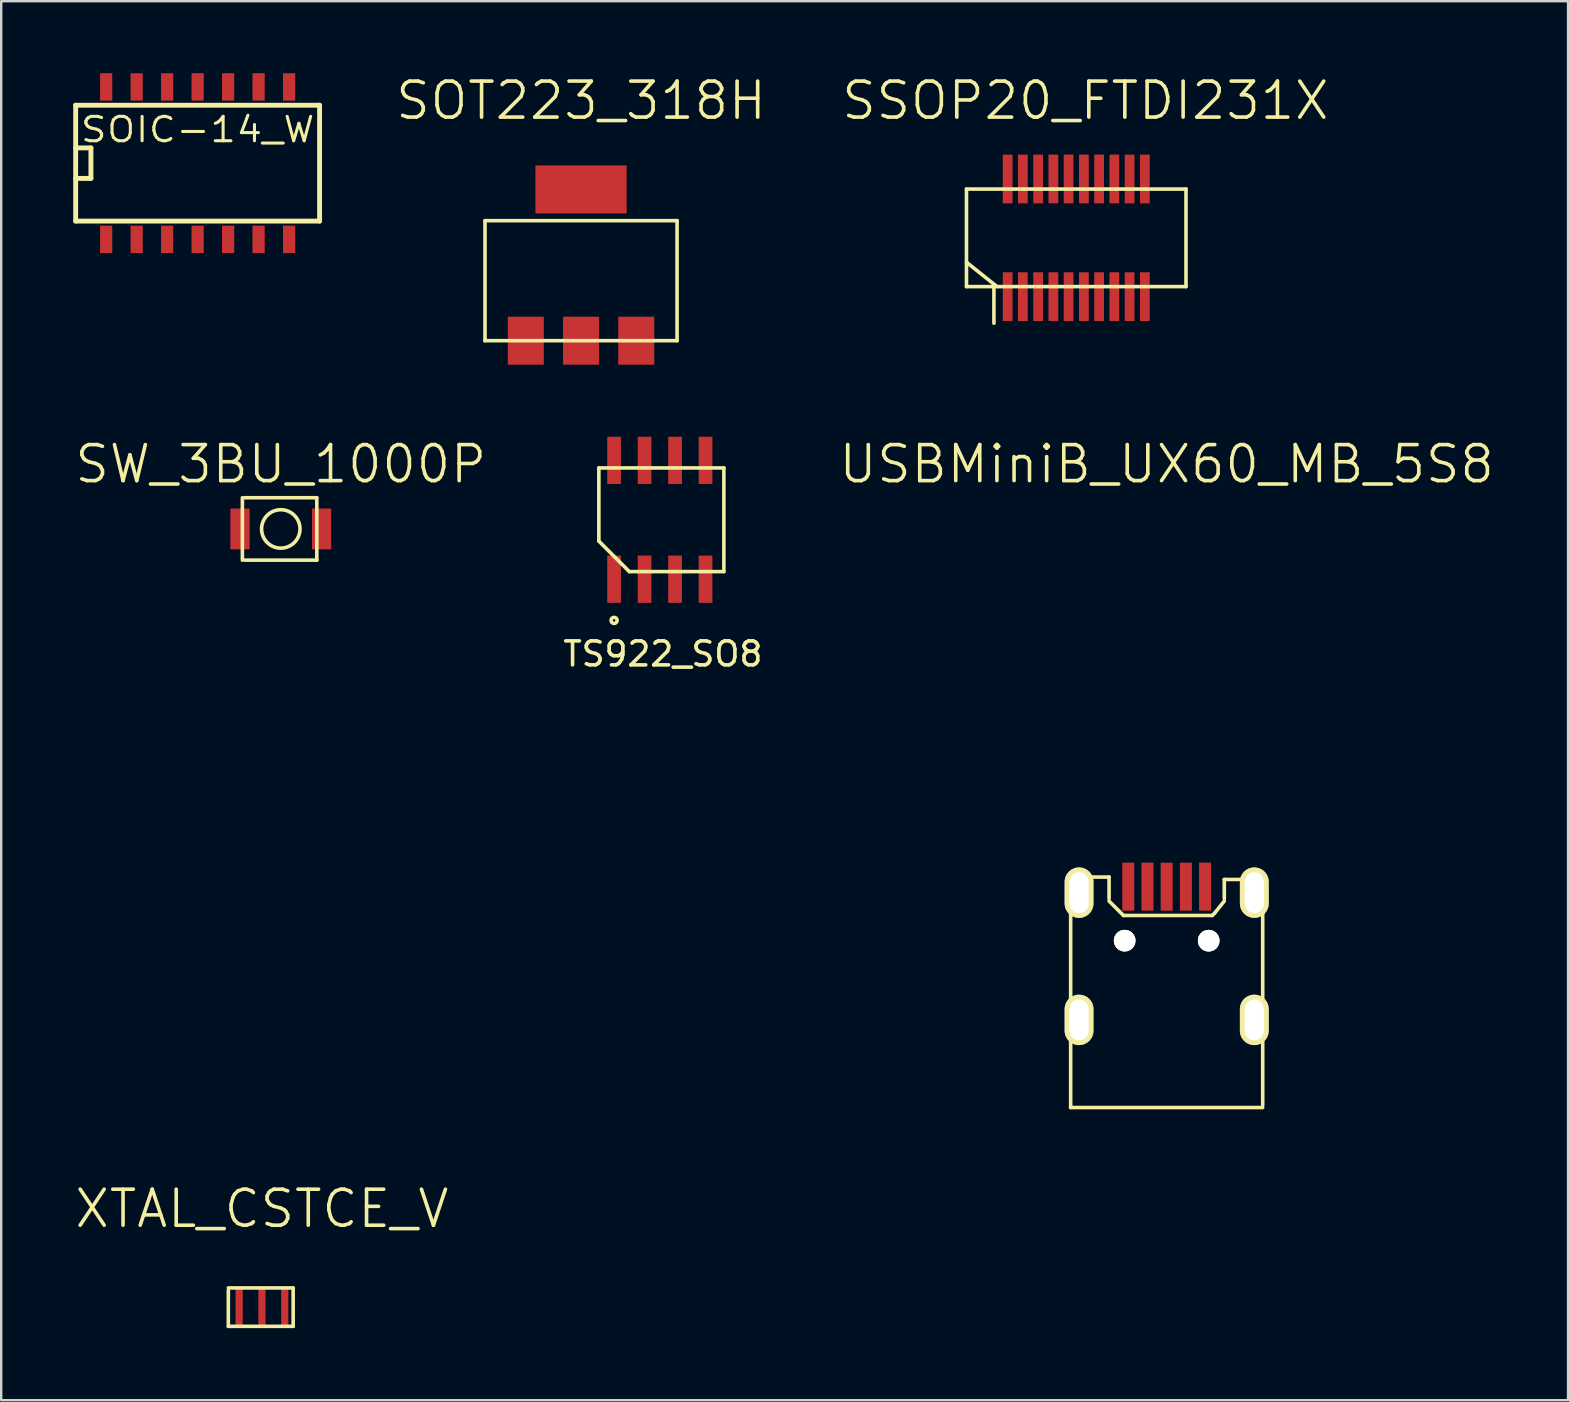
<source format=kicad_pcb>
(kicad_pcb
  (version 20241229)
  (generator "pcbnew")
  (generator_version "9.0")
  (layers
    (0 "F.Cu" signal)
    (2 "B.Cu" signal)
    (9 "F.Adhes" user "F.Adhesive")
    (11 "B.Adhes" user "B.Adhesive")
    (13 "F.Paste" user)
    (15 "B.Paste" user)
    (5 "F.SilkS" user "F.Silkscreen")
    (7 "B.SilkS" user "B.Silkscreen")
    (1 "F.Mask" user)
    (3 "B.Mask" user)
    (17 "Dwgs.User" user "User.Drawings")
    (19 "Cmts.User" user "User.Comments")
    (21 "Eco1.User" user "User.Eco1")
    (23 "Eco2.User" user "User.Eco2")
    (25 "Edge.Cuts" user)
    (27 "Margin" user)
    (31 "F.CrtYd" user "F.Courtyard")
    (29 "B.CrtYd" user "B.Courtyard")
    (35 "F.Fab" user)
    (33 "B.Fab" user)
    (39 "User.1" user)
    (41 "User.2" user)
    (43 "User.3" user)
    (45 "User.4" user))
  (footprint "SW_3BU_1000P"
    (layer "F.Cu")
    (at 8.646 18.982)
    (property "Reference" "SW_3BU_1000P" (at 0 -2.7 0) (layer "F.SilkS") (effects (font (size 1.5 1.5) (thickness 0.15))))
    (attr through_hole)
    (fp_line (start -1.6 -1.3) (end -1.6 1.3) (stroke (width 0.15) (type solid)) (layer "F.SilkS"))
    (fp_line (start -1.5 -1.3) (end 1.5 -1.3) (stroke (width 0.15) (type solid)) (layer "F.SilkS"))
    (fp_line (start 1.5 -1.3) (end 1.5 1.3) (stroke (width 0.15) (type solid)) (layer "F.SilkS"))
    (fp_line (start 1.5 1.3) (end -1.5 1.3) (stroke (width 0.15) (type solid)) (layer "F.SilkS"))
    (fp_circle (center 0 0) (end 0 -0.8) (stroke (width 0.15) (type solid)) (fill no) (layer "F.SilkS"))
    (pad "1" smd rect (at -1.7 0) (size 0.8 1.7) (layers "F.Cu" "F.Mask" "F.Paste"))
    (pad "2" smd rect (at 1.7 0) (size 0.8 1.7) (layers "F.Cu" "F.Mask" "F.Paste")))
  (footprint "USBMiniB_UX60_MB_5S8"
    (layer "F.Cu")
    (at 45.546 34.882)
    (property "Reference" "USBMiniB_UX60_MB_5S8" (at 0 -18.6 0) (layer "F.SilkS") (effects (font (size 1.5 1.5) (thickness 0.15))))
    (attr through_hole)
    (fp_line (start -4 -1.4) (end -4 8.2) (stroke (width 0.15) (type solid)) (layer "F.SilkS"))
    (fp_line (start -4 -1.4) (end -2.4 -1.4) (stroke (width 0.15) (type solid)) (layer "F.SilkS"))
    (fp_line (start -4 8.2) (end 4 8.2) (stroke (width 0.15) (type solid)) (layer "F.SilkS"))
    (fp_line (start -2.4 -1.4) (end -2.4 -0.5) (stroke (width 0.15) (type solid)) (layer "F.SilkS"))
    (fp_line (start -2.4 -0.4) (end -2 0) (stroke (width 0.15) (type solid)) (layer "F.SilkS"))
    (fp_line (start -2 0) (end -1.8 0.2) (stroke (width 0.15) (type solid)) (layer "F.SilkS"))
    (fp_line (start -1.8 0.2) (end 1.9 0.2) (stroke (width 0.15) (type solid)) (layer "F.SilkS"))
    (fp_line (start 1.9 0.2) (end 2 0.1) (stroke (width 0.15) (type solid)) (layer "F.SilkS"))
    (fp_line (start 2.4 -1.3) (end 2.4 -0.5) (stroke (width 0.15) (type solid)) (layer "F.SilkS"))
    (fp_line (start 2.4 -0.4) (end 2 0.1) (stroke (width 0.15) (type solid)) (layer "F.SilkS"))
    (fp_line (start 4 -1.3) (end 2.4 -1.3) (stroke (width 0.15) (type solid)) (layer "F.SilkS"))
    (fp_line (start 4 -1.3) (end 4 8.1) (stroke (width 0.15) (type solid)) (layer "F.SilkS"))
    (pad "1" smd rect (at -1.6 -1) (size 0.5 2) (layers "F.Cu" "F.Mask" "F.Paste"))
    (pad "2" smd rect (at -0.8 -1) (size 0.5 2) (layers "F.Cu" "F.Mask" "F.Paste"))
    (pad "3" smd rect (at 0 -1) (size 0.5 2) (layers "F.Cu" "F.Mask" "F.Paste"))
    (pad "4" smd rect (at 0.8 -1) (size 0.5 2) (layers "F.Cu" "F.Mask" "F.Paste"))
    (pad "5" smd rect (at 1.6 -1) (size 0.5 2) (layers "F.Cu" "F.Mask" "F.Paste"))
    (pad "6" thru_hole oval (at -3.65 -0.75) (size 1.2 2.1) (drill oval 0.8 1.7) (layers "*.Cu" "*.Mask" "F.SilkS"))
    (pad "7" thru_hole oval (at 3.65 -0.75) (size 1.2 2.1) (drill oval 0.8 1.7) (layers "*.Cu" "*.Mask" "F.SilkS"))
    (pad "8" thru_hole oval (at -3.65 4.55) (size 1.2 2.1) (drill oval 0.8 1.7) (layers "*.Cu" "*.Mask" "F.SilkS"))
    (pad "9" thru_hole circle (at -1.75 1.25) (size 0.9 0.9) (drill 0.9) (layers "*.Cu" "*.Mask" "F.SilkS"))
    (pad "9" thru_hole circle (at 1.75 1.25) (size 0.9 0.9) (drill 0.9) (layers "*.Cu" "*.Mask" "F.SilkS"))
    (pad "9" thru_hole oval (at 3.65 4.55) (size 1.2 2.1) (drill oval 0.8 1.7) (layers "*.Cu" "*.Mask" "F.SilkS")))
  (footprint "SOT223_318H"
    (layer "F.Cu")
    (at 21.152 11.141)
    (property "Reference" "SOT223_318H" (at 0 -10 0) (layer "F.SilkS") (effects (font (size 1.5 1.5) (thickness 0.15))))
    (attr through_hole)
    (fp_line (start -4 -5) (end -4 0) (stroke (width 0.15) (type solid)) (layer "F.SilkS"))
    (fp_line (start -4 0) (end 4 0) (stroke (width 0.15) (type solid)) (layer "F.SilkS"))
    (fp_line (start 4 -5) (end -4 -5) (stroke (width 0.15) (type solid)) (layer "F.SilkS"))
    (fp_line (start 4 0) (end 4 -5) (stroke (width 0.15) (type solid)) (layer "F.SilkS"))
    (pad "1" smd rect (at -2.3 0) (size 1.5 2) (layers "F.Cu" "F.Mask" "F.Paste"))
    (pad "2" smd rect (at 0 -6.3) (size 3.8 2) (layers "F.Cu" "F.Mask" "F.Paste"))
    (pad "2" smd rect (at 0 0) (size 1.5 2) (layers "F.Cu" "F.Mask" "F.Paste"))
    (pad "3" smd rect (at 2.3 0) (size 1.5 2) (layers "F.Cu" "F.Mask" "F.Paste")))
  (footprint "XTAL_CSTCE_V"
    (layer "F.Cu")
    (at 7.861 51.397)
    (property "Reference" "XTAL_CSTCE_V" (at 0 -4.1 0) (layer "F.SilkS") (effects (font (size 1.5 1.5) (thickness 0.15))))
    (attr through_hole)
    (fp_line (start -1.4 -0.7) (end -1.4 0.8) (stroke (width 0.15) (type solid)) (layer "F.SilkS"))
    (fp_line (start -1.4 0.8) (end 1.3 0.8) (stroke (width 0.15) (type solid)) (layer "F.SilkS"))
    (fp_line (start 1.3 -0.8) (end -1.4 -0.8) (stroke (width 0.15) (type solid)) (layer "F.SilkS"))
    (fp_line (start 1.3 0.8) (end 1.3 -0.8) (stroke (width 0.15) (type solid)) (layer "F.SilkS"))
    (pad "1" smd rect (at -0.95 0) (size 0.3 1.6) (layers "F.Cu" "F.Mask" "F.Paste"))
    (pad "2" smd rect (at 0 0) (size 0.3 1.6) (layers "F.Cu" "F.Mask" "F.Paste"))
    (pad "3" smd rect (at 0.95 0) (size 0.3 1.6) (layers "F.Cu" "F.Mask" "F.Paste")))
  (footprint "TS922_SO8"
    (layer "F.Cu")
    (at 24.434 18.601)
    (property "Reference" "TS922_SO8" (at 0.127 5.588 0) (layer "F.SilkS") (effects (font (size 1 1) (thickness 0.15))))
    (attr through_hole)
    (fp_line (start -2.54 -2.159) (end 2.667 -2.159) (stroke (width 0.15) (type solid)) (layer "F.SilkS"))
    (fp_line (start -2.54 0.889) (end -2.54 -2.159) (stroke (width 0.15) (type solid)) (layer "F.SilkS"))
    (fp_line (start -1.27 2.159) (end -2.54 0.889) (stroke (width 0.15) (type solid)) (layer "F.SilkS"))
    (fp_line (start 2.667 -2.159) (end 2.667 2.159) (stroke (width 0.15) (type solid)) (layer "F.SilkS"))
    (fp_line (start 2.667 2.159) (end -1.27 2.159) (stroke (width 0.15) (type solid)) (layer "F.SilkS"))
    (fp_circle (center -1.905 4.191) (end -1.905 4.064) (stroke (width 0.15) (type solid)) (fill no) (layer "F.SilkS"))
    (pad "1" smd rect (at -1.905 2.475) (size 0.57 1.97) (layers "F.Cu" "F.Mask" "F.Paste"))
    (pad "2" smd rect (at -0.635 2.475) (size 0.57 1.97) (layers "F.Cu" "F.Mask" "F.Paste"))
    (pad "3" smd rect (at 0.635 2.475) (size 0.57 1.97) (layers "F.Cu" "F.Mask" "F.Paste"))
    (pad "4" smd rect (at 1.905 2.475) (size 0.57 1.97) (layers "F.Cu" "F.Mask" "F.Paste"))
    (pad "5" smd rect (at 1.905 -2.475) (size 0.57 1.97) (layers "F.Cu" "F.Mask" "F.Paste"))
    (pad "6" smd rect (at 0.635 -2.475) (size 0.57 1.97) (layers "F.Cu" "F.Mask" "F.Paste"))
    (pad "7" smd rect (at -0.635 -2.475) (size 0.57 1.97) (layers "F.Cu" "F.Mask" "F.Paste"))
    (pad "8" smd rect (at -1.905 -2.475) (size 0.57 1.97) (layers "F.Cu" "F.Mask" "F.Paste")))
  (footprint "SSOP20_FTDI231X"
    (layer "F.Cu")
    (at 41.779 6.856)
    (property "Reference" "SSOP20_FTDI231X" (at 0.381 -5.715 0) (layer "F.SilkS") (effects (font (size 1.5 1.5) (thickness 0.15))))
    (attr through_hole)
    (fp_line (start -4.572 -2.032) (end 4.572 -2.032) (stroke (width 0.15) (type solid)) (layer "F.SilkS"))
    (fp_line (start -4.572 2.032) (end -4.572 -2.032) (stroke (width 0.15) (type solid)) (layer "F.SilkS"))
    (fp_line (start -3.429 2.032) (end -4.572 2.032) (stroke (width 0.15) (type solid)) (layer "F.SilkS"))
    (fp_line (start -3.429 3.556) (end -3.429 2.032) (stroke (width 0.15) (type solid)) (layer "F.SilkS"))
    (fp_line (start -3.302 2.032) (end -4.572 1.016) (stroke (width 0.15) (type solid)) (layer "F.SilkS"))
    (fp_line (start 4.572 -2.032) (end 4.572 2.032) (stroke (width 0.15) (type solid)) (layer "F.SilkS"))
    (fp_line (start 4.572 2.032) (end -3.302 2.032) (stroke (width 0.15) (type solid)) (layer "F.SilkS"))
    (pad "1" smd rect (at -2.857 2.451) (size 0.406 2.032) (layers "F.Cu" "F.Mask" "F.Paste"))
    (pad "2" smd rect (at -2.223 2.451) (size 0.406 2.032) (layers "F.Cu" "F.Mask" "F.Paste"))
    (pad "3" smd rect (at -1.587 2.451) (size 0.406 2.032) (layers "F.Cu" "F.Mask" "F.Paste"))
    (pad "4" smd rect (at -0.953 2.451) (size 0.406 2.032) (layers "F.Cu" "F.Mask" "F.Paste"))
    (pad "5" smd rect (at -0.318 2.451) (size 0.406 2.032) (layers "F.Cu" "F.Mask" "F.Paste"))
    (pad "6" smd rect (at 0.318 2.451) (size 0.406 2.032) (layers "F.Cu" "F.Mask" "F.Paste"))
    (pad "7" smd rect (at 0.953 2.451) (size 0.406 2.032) (layers "F.Cu" "F.Mask" "F.Paste"))
    (pad "8" smd rect (at 1.587 2.451) (size 0.406 2.032) (layers "F.Cu" "F.Mask" "F.Paste"))
    (pad "9" smd rect (at 2.223 2.451) (size 0.406 2.032) (layers "F.Cu" "F.Mask" "F.Paste"))
    (pad "10" smd rect (at 2.857 2.451) (size 0.406 2.032) (layers "F.Cu" "F.Mask" "F.Paste"))
    (pad "11" smd rect (at 2.857 -2.451) (size 0.406 2.032) (layers "F.Cu" "F.Mask" "F.Paste"))
    (pad "12" smd rect (at 2.223 -2.451) (size 0.406 2.032) (layers "F.Cu" "F.Mask" "F.Paste"))
    (pad "13" smd rect (at 1.587 -2.451) (size 0.406 2.032) (layers "F.Cu" "F.Mask" "F.Paste"))
    (pad "14" smd rect (at 0.953 -2.451) (size 0.406 2.032) (layers "F.Cu" "F.Mask" "F.Paste"))
    (pad "15" smd rect (at 0.318 -2.451) (size 0.406 2.032) (layers "F.Cu" "F.Mask" "F.Paste"))
    (pad "16" smd rect (at -0.318 -2.451) (size 0.406 2.032) (layers "F.Cu" "F.Mask" "F.Paste"))
    (pad "17" smd rect (at -0.953 -2.451) (size 0.406 2.032) (layers "F.Cu" "F.Mask" "F.Paste"))
    (pad "18" smd rect (at -1.587 -2.451) (size 0.406 2.032) (layers "F.Cu" "F.Mask" "F.Paste"))
    (pad "19" smd rect (at -2.223 -2.451) (size 0.406 2.032) (layers "F.Cu" "F.Mask" "F.Paste"))
    (pad "20" smd rect (at -2.857 -2.451) (size 0.406 2.032) (layers "F.Cu" "F.Mask" "F.Paste")))
  (footprint "SOIC-14_W"
    (layer "F.Cu")
    (at 5.182 3.619)
    (property "Reference" "SOIC-14_W" (at 0 -1.27 0) (layer "F.SilkS") (effects (font (size 1.016 1.143) (thickness 0.127))))
    (attr smd)
    (fp_line (start -5.08 -2.286) (end 5.08 -2.286) (stroke (width 0.203) (type solid)) (layer "F.SilkS"))
    (fp_line (start -5.08 -0.508) (end -4.445 -0.508) (stroke (width 0.203) (type solid)) (layer "F.SilkS"))
    (fp_line (start -5.08 2.54) (end -5.08 -2.286) (stroke (width 0.203) (type solid)) (layer "F.SilkS"))
    (fp_line (start -4.445 -0.508) (end -4.445 0.762) (stroke (width 0.203) (type solid)) (layer "F.SilkS"))
    (fp_line (start -4.445 0.762) (end -5.08 0.762) (stroke (width 0.203) (type solid)) (layer "F.SilkS"))
    (fp_line (start 5.08 -2.286) (end 5.08 2.54) (stroke (width 0.203) (type solid)) (layer "F.SilkS"))
    (fp_line (start 5.08 2.54) (end -5.08 2.54) (stroke (width 0.203) (type solid)) (layer "F.SilkS"))
    (pad "1" smd rect (at -3.81 3.302) (size 0.508 1.143) (layers "F.Cu" "F.Mask" "F.Paste"))
    (pad "2" smd rect (at -2.54 3.302) (size 0.508 1.143) (layers "F.Cu" "F.Mask" "F.Paste"))
    (pad "3" smd rect (at -1.27 3.302) (size 0.508 1.143) (layers "F.Cu" "F.Mask" "F.Paste"))
    (pad "4" smd rect (at 0 3.302) (size 0.508 1.143) (layers "F.Cu" "F.Mask" "F.Paste"))
    (pad "5" smd rect (at 1.27 3.302) (size 0.508 1.143) (layers "F.Cu" "F.Mask" "F.Paste"))
    (pad "6" smd rect (at 2.54 3.302) (size 0.508 1.143) (layers "F.Cu" "F.Mask" "F.Paste"))
    (pad "7" smd rect (at 3.81 3.302) (size 0.508 1.143) (layers "F.Cu" "F.Mask" "F.Paste"))
    (pad "8" smd rect (at 3.81 -3.048) (size 0.508 1.143) (layers "F.Cu" "F.Mask" "F.Paste"))
    (pad "9" smd rect (at 2.54 -3.048) (size 0.508 1.143) (layers "F.Cu" "F.Mask" "F.Paste"))
    (pad "10" smd rect (at 1.27 -3.048) (size 0.508 1.143) (layers "F.Cu" "F.Mask" "F.Paste"))
    (pad "11" smd rect (at 0 -3.048) (size 0.508 1.143) (layers "F.Cu" "F.Mask" "F.Paste"))
    (pad "12" smd rect (at -1.27 -3.048) (size 0.508 1.143) (layers "F.Cu" "F.Mask" "F.Paste"))
    (pad "13" smd rect (at -2.54 -3.048) (size 0.508 1.143) (layers "F.Cu" "F.Mask" "F.Paste"))
    (pad "14" smd rect (at -3.81 -3.048) (size 0.508 1.143) (layers "F.Cu" "F.Mask" "F.Paste")))
  (gr_rect
    (start -3 -3)
    (end 62.264 55.272)
    (stroke (width 0.1) (type default))
    (fill no)
    (layer "Edge.Cuts")))
</source>
